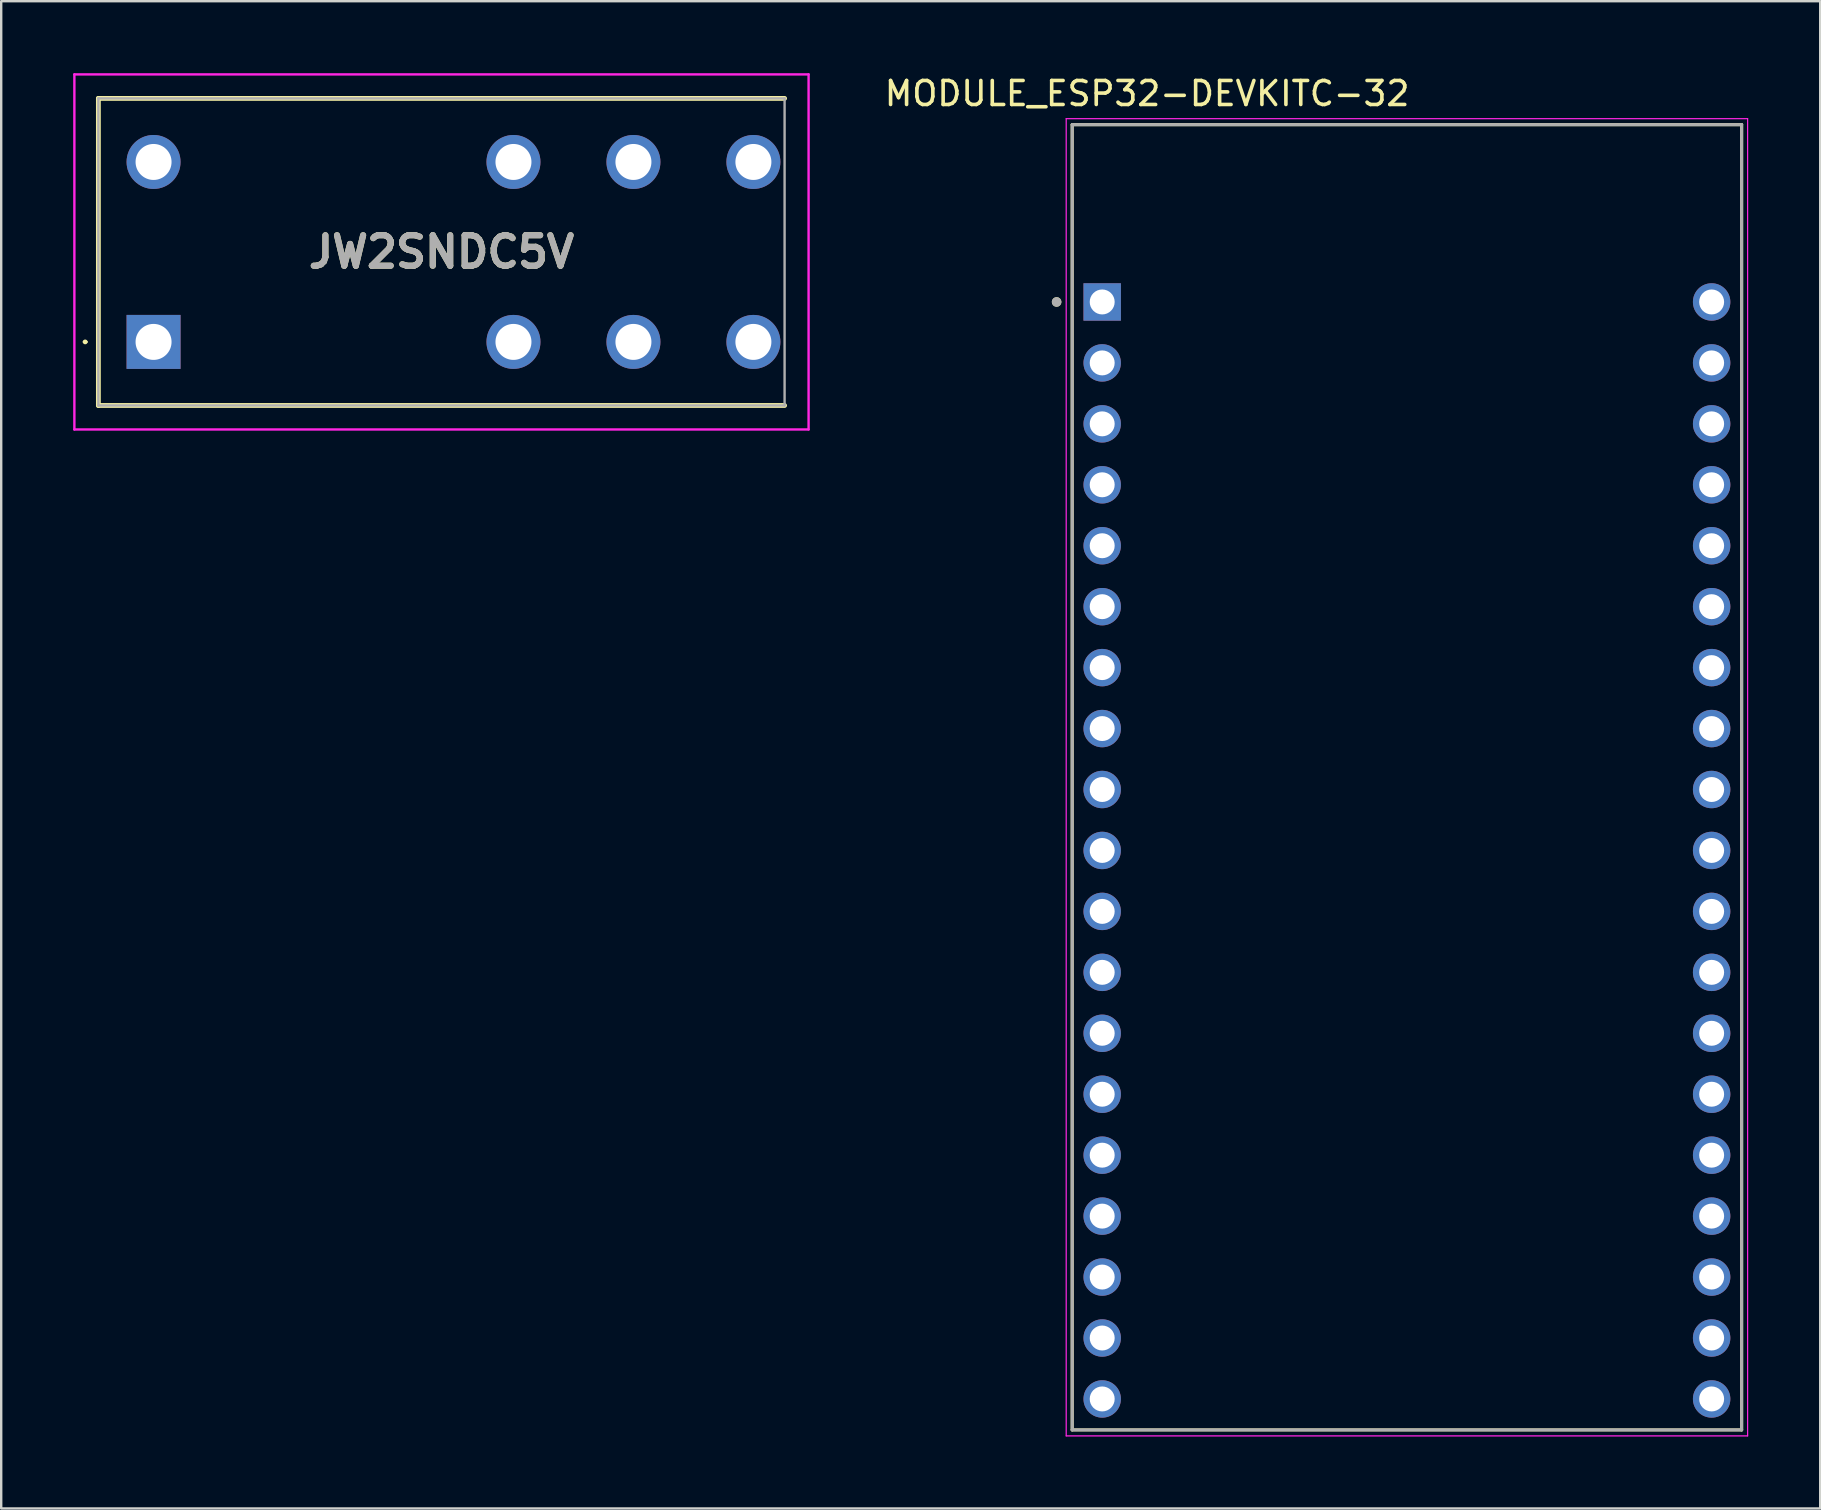
<source format=kicad_pcb>
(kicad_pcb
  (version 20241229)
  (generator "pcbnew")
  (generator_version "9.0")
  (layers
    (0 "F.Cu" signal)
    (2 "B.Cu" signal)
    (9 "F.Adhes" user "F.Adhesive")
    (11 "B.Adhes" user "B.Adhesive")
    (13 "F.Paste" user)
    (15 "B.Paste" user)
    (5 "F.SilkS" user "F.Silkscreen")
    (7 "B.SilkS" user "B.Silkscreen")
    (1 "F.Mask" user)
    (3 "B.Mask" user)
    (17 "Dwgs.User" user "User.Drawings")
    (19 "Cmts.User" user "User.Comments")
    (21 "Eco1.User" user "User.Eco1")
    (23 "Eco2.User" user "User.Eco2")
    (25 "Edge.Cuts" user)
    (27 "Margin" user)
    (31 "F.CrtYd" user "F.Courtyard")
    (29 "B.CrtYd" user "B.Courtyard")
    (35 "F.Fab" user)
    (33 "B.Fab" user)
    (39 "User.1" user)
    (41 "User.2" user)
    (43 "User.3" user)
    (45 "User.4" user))
  (footprint "MODULE_ESP32-DEVKITC-32"
    (layer "F.Cu")
    (at 55.587 29.295)
    (property "Reference" "MODULE_ESP32-DEVKITC-32" (at -10.829 -28.446 0) (layer "F.SilkS") (effects (font (size 1 1) (thickness 0.15))))
    (attr through_hole)
    (fp_line (start -13.95 -27.15) (end 13.95 -27.15) (stroke (width 0.127) (type solid)) (layer "F.SilkS"))
    (fp_line (start -13.95 27.25) (end -13.95 -27.15) (stroke (width 0.127) (type solid)) (layer "F.SilkS"))
    (fp_line (start 13.95 -27.15) (end 13.95 27.25) (stroke (width 0.127) (type solid)) (layer "F.SilkS"))
    (fp_line (start 13.95 27.25) (end -13.95 27.25) (stroke (width 0.127) (type solid)) (layer "F.SilkS"))
    (fp_circle (center -14.6 -19.76) (end -14.5 -19.76) (stroke (width 0.2) (type solid)) (fill no) (layer "F.SilkS"))
    (fp_line (start -14.2 -27.4) (end 14.2 -27.4) (stroke (width 0.05) (type solid)) (layer "F.CrtYd"))
    (fp_line (start -14.2 27.5) (end -14.2 -27.4) (stroke (width 0.05) (type solid)) (layer "F.CrtYd"))
    (fp_line (start 14.2 -27.4) (end 14.2 27.5) (stroke (width 0.05) (type solid)) (layer "F.CrtYd"))
    (fp_line (start 14.2 27.5) (end -14.2 27.5) (stroke (width 0.05) (type solid)) (layer "F.CrtYd"))
    (fp_line (start -13.95 -27.15) (end 13.95 -27.15) (stroke (width 0.127) (type solid)) (layer "F.Fab"))
    (fp_line (start -13.95 27.25) (end -13.95 -27.15) (stroke (width 0.127) (type solid)) (layer "F.Fab"))
    (fp_line (start 13.95 -27.15) (end 13.95 27.25) (stroke (width 0.127) (type solid)) (layer "F.Fab"))
    (fp_line (start 13.95 27.25) (end -13.95 27.25) (stroke (width 0.127) (type solid)) (layer "F.Fab"))
    (fp_circle (center -14.6 -19.76) (end -14.5 -19.76) (stroke (width 0.2) (type solid)) (fill no) (layer "F.Fab"))
    (pad "J2-1" thru_hole rect (at -12.7 -19.76) (size 1.56 1.56) (drill 1.04) (layers "*.Cu" "*.Mask"))
    (pad "J2-2" thru_hole circle (at -12.7 -17.22) (size 1.56 1.56) (drill 1.04) (layers "*.Cu" "*.Mask"))
    (pad "J2-3" thru_hole circle (at -12.7 -14.68) (size 1.56 1.56) (drill 1.04) (layers "*.Cu" "*.Mask"))
    (pad "J2-4" thru_hole circle (at -12.7 -12.14) (size 1.56 1.56) (drill 1.04) (layers "*.Cu" "*.Mask"))
    (pad "J2-5" thru_hole circle (at -12.7 -9.6) (size 1.56 1.56) (drill 1.04) (layers "*.Cu" "*.Mask"))
    (pad "J2-6" thru_hole circle (at -12.7 -7.06) (size 1.56 1.56) (drill 1.04) (layers "*.Cu" "*.Mask"))
    (pad "J2-7" thru_hole circle (at -12.7 -4.52) (size 1.56 1.56) (drill 1.04) (layers "*.Cu" "*.Mask"))
    (pad "J2-8" thru_hole circle (at -12.7 -1.98) (size 1.56 1.56) (drill 1.04) (layers "*.Cu" "*.Mask"))
    (pad "J2-9" thru_hole circle (at -12.7 0.56) (size 1.56 1.56) (drill 1.04) (layers "*.Cu" "*.Mask"))
    (pad "J2-10" thru_hole circle (at -12.7 3.1) (size 1.56 1.56) (drill 1.04) (layers "*.Cu" "*.Mask"))
    (pad "J2-11" thru_hole circle (at -12.7 5.64) (size 1.56 1.56) (drill 1.04) (layers "*.Cu" "*.Mask"))
    (pad "J2-12" thru_hole circle (at -12.7 8.18) (size 1.56 1.56) (drill 1.04) (layers "*.Cu" "*.Mask"))
    (pad "J2-13" thru_hole circle (at -12.7 10.72) (size 1.56 1.56) (drill 1.04) (layers "*.Cu" "*.Mask"))
    (pad "J2-14" thru_hole circle (at -12.7 13.26) (size 1.56 1.56) (drill 1.04) (layers "*.Cu" "*.Mask"))
    (pad "J2-15" thru_hole circle (at -12.7 15.8) (size 1.56 1.56) (drill 1.04) (layers "*.Cu" "*.Mask"))
    (pad "J2-16" thru_hole circle (at -12.7 18.34) (size 1.56 1.56) (drill 1.04) (layers "*.Cu" "*.Mask"))
    (pad "J2-17" thru_hole circle (at -12.7 20.88) (size 1.56 1.56) (drill 1.04) (layers "*.Cu" "*.Mask"))
    (pad "J2-18" thru_hole circle (at -12.7 23.42) (size 1.56 1.56) (drill 1.04) (layers "*.Cu" "*.Mask"))
    (pad "J2-19" thru_hole circle (at -12.7 25.96) (size 1.56 1.56) (drill 1.04) (layers "*.Cu" "*.Mask"))
    (pad "J3-1" thru_hole circle (at 12.7 -19.76) (size 1.56 1.56) (drill 1.04) (layers "*.Cu" "*.Mask"))
    (pad "J3-2" thru_hole circle (at 12.7 -17.22) (size 1.56 1.56) (drill 1.04) (layers "*.Cu" "*.Mask"))
    (pad "J3-3" thru_hole circle (at 12.7 -14.68) (size 1.56 1.56) (drill 1.04) (layers "*.Cu" "*.Mask"))
    (pad "J3-4" thru_hole circle (at 12.7 -12.14) (size 1.56 1.56) (drill 1.04) (layers "*.Cu" "*.Mask"))
    (pad "J3-5" thru_hole circle (at 12.7 -9.6) (size 1.56 1.56) (drill 1.04) (layers "*.Cu" "*.Mask"))
    (pad "J3-6" thru_hole circle (at 12.7 -7.06) (size 1.56 1.56) (drill 1.04) (layers "*.Cu" "*.Mask"))
    (pad "J3-7" thru_hole circle (at 12.7 -4.52) (size 1.56 1.56) (drill 1.04) (layers "*.Cu" "*.Mask"))
    (pad "J3-8" thru_hole circle (at 12.7 -1.98) (size 1.56 1.56) (drill 1.04) (layers "*.Cu" "*.Mask"))
    (pad "J3-9" thru_hole circle (at 12.7 0.56) (size 1.56 1.56) (drill 1.04) (layers "*.Cu" "*.Mask"))
    (pad "J3-10" thru_hole circle (at 12.7 3.1) (size 1.56 1.56) (drill 1.04) (layers "*.Cu" "*.Mask"))
    (pad "J3-11" thru_hole circle (at 12.7 5.64) (size 1.56 1.56) (drill 1.04) (layers "*.Cu" "*.Mask"))
    (pad "J3-12" thru_hole circle (at 12.7 8.18) (size 1.56 1.56) (drill 1.04) (layers "*.Cu" "*.Mask"))
    (pad "J3-13" thru_hole circle (at 12.7 10.72) (size 1.56 1.56) (drill 1.04) (layers "*.Cu" "*.Mask"))
    (pad "J3-14" thru_hole circle (at 12.7 13.26) (size 1.56 1.56) (drill 1.04) (layers "*.Cu" "*.Mask"))
    (pad "J3-15" thru_hole circle (at 12.7 15.8) (size 1.56 1.56) (drill 1.04) (layers "*.Cu" "*.Mask"))
    (pad "J3-16" thru_hole circle (at 12.7 18.34) (size 1.56 1.56) (drill 1.04) (layers "*.Cu" "*.Mask"))
    (pad "J3-17" thru_hole circle (at 12.7 20.88) (size 1.56 1.56) (drill 1.04) (layers "*.Cu" "*.Mask"))
    (pad "J3-18" thru_hole circle (at 12.7 23.42) (size 1.56 1.56) (drill 1.04) (layers "*.Cu" "*.Mask"))
    (pad "J3-19" thru_hole circle (at 12.7 25.96) (size 1.56 1.56) (drill 1.04) (layers "*.Cu" "*.Mask")))
  (footprint "JW2SNDC5V"
    (layer "F.Cu")
    (at 3.35 11.2)
    (property "Reference" "JW2SNDC5V" (at 12 -3.75 0) (layer "F.SilkS") (effects (font (size 1.27 1.27) (thickness 0.254))))
    (attr through_hole)
    (fp_line (start -2.9 0) (end -2.9 0) (stroke (width 0.1) (type solid)) (layer "F.SilkS"))
    (fp_line (start -2.8 0) (end -2.8 0) (stroke (width 0.1) (type solid)) (layer "F.SilkS"))
    (fp_line (start -2.3 -10.15) (end -2.3 2.65) (stroke (width 0.2) (type solid)) (layer "F.SilkS"))
    (fp_line (start -2.3 2.65) (end 26.3 2.65) (stroke (width 0.2) (type solid)) (layer "F.SilkS"))
    (fp_line (start 26.3 -10.15) (end -2.3 -10.15) (stroke (width 0.2) (type solid)) (layer "F.SilkS"))
    (fp_arc (start -2.9 0) (mid -2.85 -0.05) (end -2.8 0) (stroke (width 0.1) (type solid)) (layer "F.SilkS"))
    (fp_arc (start -2.8 0) (mid -2.85 0.05) (end -2.9 0) (stroke (width 0.1) (type solid)) (layer "F.SilkS"))
    (fp_line (start -3.3 -11.15) (end 27.3 -11.15) (stroke (width 0.1) (type solid)) (layer "F.CrtYd"))
    (fp_line (start -3.3 3.65) (end -3.3 -11.15) (stroke (width 0.1) (type solid)) (layer "F.CrtYd"))
    (fp_line (start 27.3 -11.15) (end 27.3 3.65) (stroke (width 0.1) (type solid)) (layer "F.CrtYd"))
    (fp_line (start 27.3 3.65) (end -3.3 3.65) (stroke (width 0.1) (type solid)) (layer "F.CrtYd"))
    (fp_line (start -2.3 -10.15) (end 26.3 -10.15) (stroke (width 0.1) (type solid)) (layer "F.Fab"))
    (fp_line (start -2.3 2.65) (end -2.3 -10.15) (stroke (width 0.1) (type solid)) (layer "F.Fab"))
    (fp_line (start 26.3 -10.15) (end 26.3 2.65) (stroke (width 0.1) (type solid)) (layer "F.Fab"))
    (fp_line (start 26.3 2.65) (end -2.3 2.65) (stroke (width 0.1) (type solid)) (layer "F.Fab"))
    (fp_text user "${REFERENCE}" (at 12 -3.75 0) (layer "F.Fab") (effects (font (size 1.27 1.27) (thickness 0.254))))
    (pad "1" thru_hole rect (at 0 0) (size 2.25 2.25) (drill 1.5) (layers "*.Cu" "*.Mask"))
    (pad "2" thru_hole circle (at 15 0) (size 2.25 2.25) (drill 1.5) (layers "*.Cu" "*.Mask"))
    (pad "3" thru_hole circle (at 20 0) (size 2.25 2.25) (drill 1.5) (layers "*.Cu" "*.Mask"))
    (pad "4" thru_hole circle (at 25 0) (size 2.25 2.25) (drill 1.5) (layers "*.Cu" "*.Mask"))
    (pad "5" thru_hole circle (at 25 -7.5) (size 2.25 2.25) (drill 1.5) (layers "*.Cu" "*.Mask"))
    (pad "6" thru_hole circle (at 20 -7.5) (size 2.25 2.25) (drill 1.5) (layers "*.Cu" "*.Mask"))
    (pad "7" thru_hole circle (at 15 -7.5) (size 2.25 2.25) (drill 1.5) (layers "*.Cu" "*.Mask"))
    (pad "8" thru_hole circle (at 0 -7.5) (size 2.25 2.25) (drill 1.5) (layers "*.Cu" "*.Mask")))
  (gr_rect
    (start -3 -3)
    (end 72.812 59.82)
    (stroke (width 0.1) (type default))
    (fill no)
    (layer "Edge.Cuts")))
</source>
